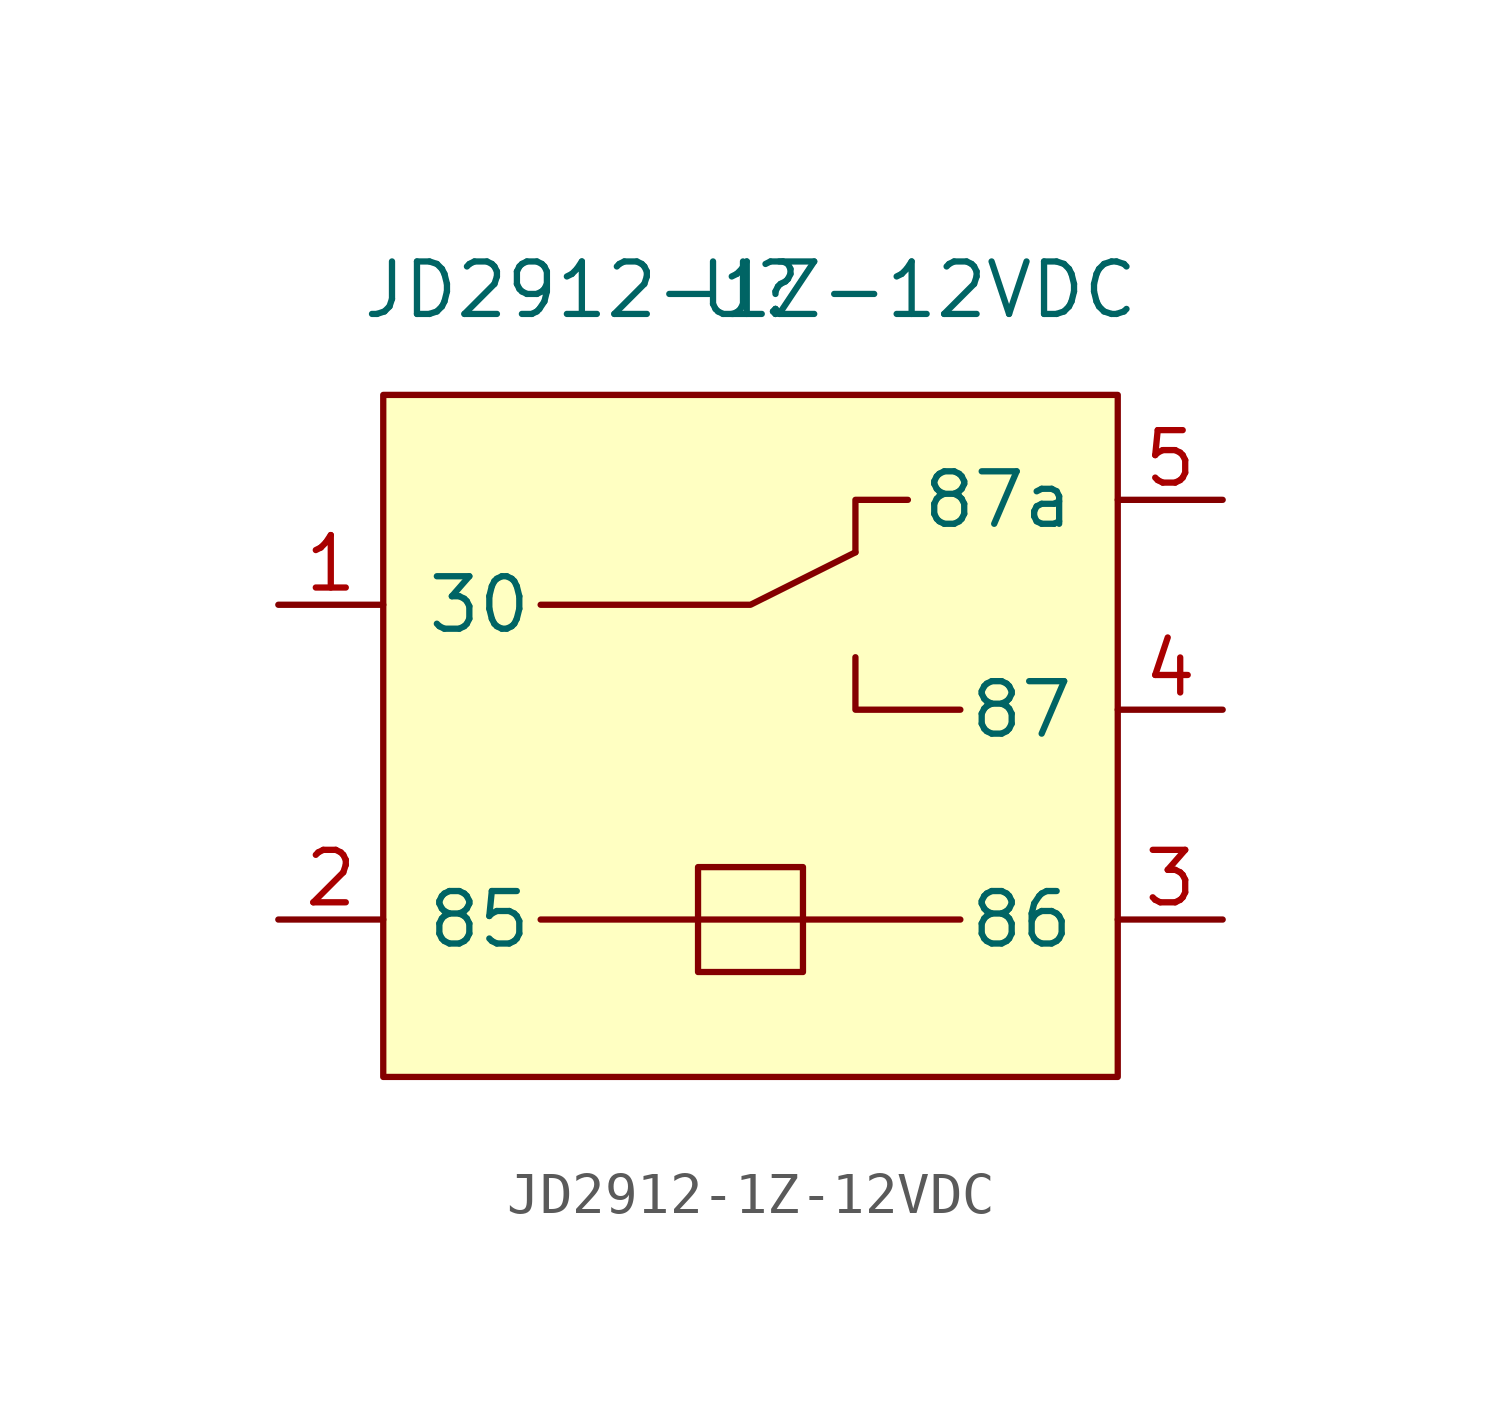
<source format=kicad_sym>
(kicad_symbol_lib
  (version 20211014)
  (generator kicad_symbol_editor)
  (symbol "JD2912-1Z-12VDC"
    (pin_names
      (offset 1.016))
    (property "Reference" "U"
      (at 0 0 0)
      (effects (font (size 1.27 1.27))))
    (property "Value" "JD2912-1Z-12VDC"
      (at 0 0 0)
      (effects (font (size 1.27 1.27))))
    (symbol "JD2912-1Z-12VDC_0_1"
      (rectangle (start -8.89 -2.54) (end 8.89 -19.05) (stroke (width 0) (type default) (color 0 0 0 0)) (fill (type background)))
      (polyline (pts (xy -5.08 -7.62) (xy 0 -7.62) (xy 2.54 -6.35)) (stroke (width 0) (type default) (color 0 0 0 0)) (fill (type none)))
      (polyline (pts (xy 3.81 -5.08) (xy 2.54 -5.08) (xy 2.54 -6.35)) (stroke (width 0) (type default) (color 0 0 0 0)) (fill (type none)))
      (polyline (pts (xy 5.08 -10.16) (xy 2.54 -10.16) (xy 2.54 -8.89)) (stroke (width 0) (type default) (color 0 0 0 0)) (fill (type none)))
      (polyline (pts (xy -5.08 -15.24) (xy 5.08 -15.24) (xy -1.27 -15.24) (xy -1.27 -13.97) (xy 1.27 -13.97) (xy 1.27 -16.51) (xy -1.27 -16.51) (xy -1.27 -15.24)) (stroke (width 0) (type default) (color 0 0 0 0)) (fill (type none))))
    (symbol "JD2912-1Z-12VDC_1_1"
      (pin power_in line (at -11.43 -7.62 0) (length 2.54) (name "30" (effects (font (size 1.27 1.27)))) (number "1" (effects (font (size 1.27 1.27)))))
      (pin input line (at -11.43 -15.24 0) (length 2.54) (name "85" (effects (font (size 1.27 1.27)))) (number "2" (effects (font (size 1.27 1.27)))))
      (pin input line (at 11.43 -15.24 180) (length 2.54) (name "86" (effects (font (size 1.27 1.27)))) (number "3" (effects (font (size 1.27 1.27)))))
      (pin power_in line (at 11.43 -10.16 180) (length 2.54) (name "87" (effects (font (size 1.27 1.27)))) (number "4" (effects (font (size 1.27 1.27)))))
      (pin power_in line (at 11.43 -5.08 180) (length 2.54) (name "87a" (effects (font (size 1.27 1.27)))) (number "5" (effects (font (size 1.27 1.27))))))))
</source>
